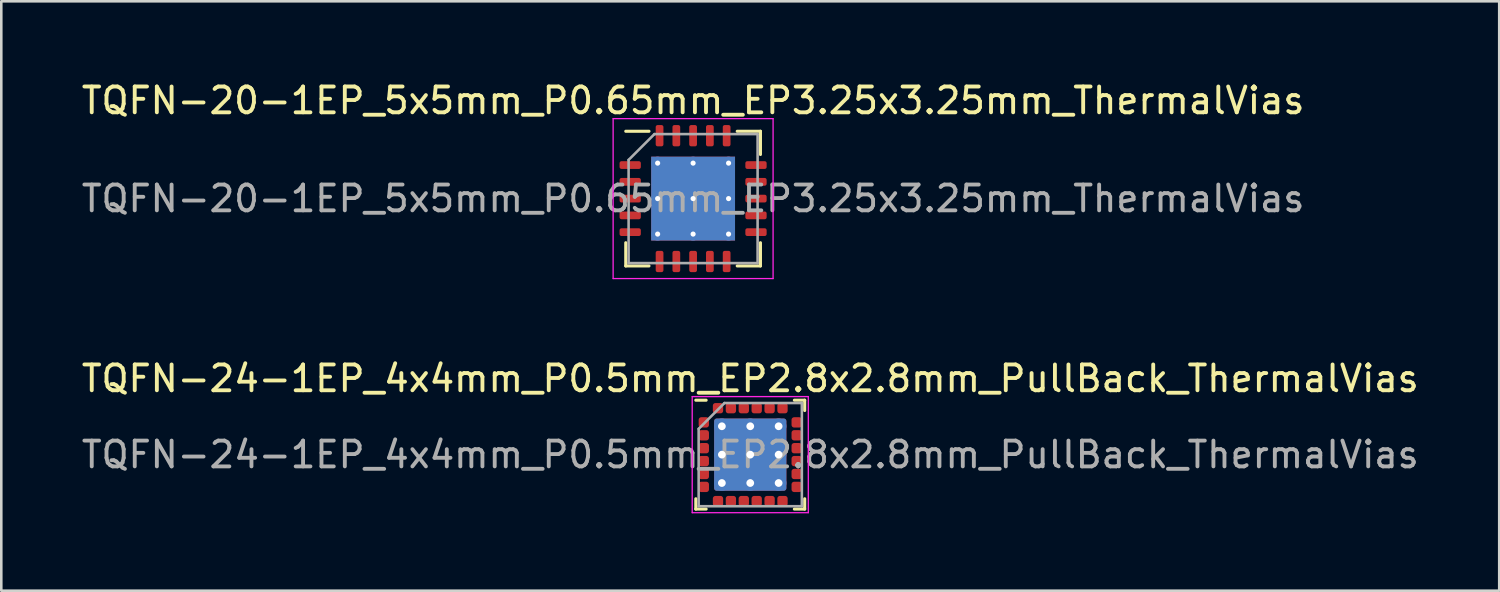
<source format=kicad_pcb>
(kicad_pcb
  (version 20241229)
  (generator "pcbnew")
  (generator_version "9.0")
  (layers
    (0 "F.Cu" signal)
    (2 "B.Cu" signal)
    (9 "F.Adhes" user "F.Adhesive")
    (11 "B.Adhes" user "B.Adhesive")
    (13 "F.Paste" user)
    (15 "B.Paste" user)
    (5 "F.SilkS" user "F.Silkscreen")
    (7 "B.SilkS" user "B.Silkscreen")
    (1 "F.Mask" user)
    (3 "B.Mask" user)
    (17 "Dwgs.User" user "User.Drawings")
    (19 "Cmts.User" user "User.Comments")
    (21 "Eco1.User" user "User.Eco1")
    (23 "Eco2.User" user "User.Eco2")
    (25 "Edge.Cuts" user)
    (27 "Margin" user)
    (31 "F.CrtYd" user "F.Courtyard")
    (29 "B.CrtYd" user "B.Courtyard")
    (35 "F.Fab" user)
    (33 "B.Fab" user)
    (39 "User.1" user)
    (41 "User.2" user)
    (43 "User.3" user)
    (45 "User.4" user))
  (footprint "TQFN-24-1EP_4x4mm_P0.5mm_EP2.8x2.8mm_PullBack_ThermalVias"
    (layer "F.Cu")
    (at 26.03 14.572)
    (property "Reference" "TQFN-24-1EP_4x4mm_P0.5mm_EP2.8x2.8mm_PullBack_ThermalVias" (at 0 -2.95 0) (layer "F.SilkS") (effects (font (size 1 1) (thickness 0.15))))
    (attr smd)
    (fp_line (start -2.11 2.11) (end -2.11 1.71) (stroke (width 0.12) (type solid)) (layer "F.SilkS"))
    (fp_line (start -1.71 -2.11) (end -2.11 -2.11) (stroke (width 0.12) (type solid)) (layer "F.SilkS"))
    (fp_line (start -1.71 2.11) (end -2.11 2.11) (stroke (width 0.12) (type solid)) (layer "F.SilkS"))
    (fp_line (start 1.71 -2.11) (end 2.11 -2.11) (stroke (width 0.12) (type solid)) (layer "F.SilkS"))
    (fp_line (start 1.71 2.11) (end 2.11 2.11) (stroke (width 0.12) (type solid)) (layer "F.SilkS"))
    (fp_line (start 2.11 -2.11) (end 2.11 -1.71) (stroke (width 0.12) (type solid)) (layer "F.SilkS"))
    (fp_line (start 2.11 2.11) (end 2.11 1.71) (stroke (width 0.12) (type solid)) (layer "F.SilkS"))
    (fp_line (start -2.25 -2.25) (end -2.25 2.25) (stroke (width 0.05) (type solid)) (layer "F.CrtYd"))
    (fp_line (start -2.25 2.25) (end 2.25 2.25) (stroke (width 0.05) (type solid)) (layer "F.CrtYd"))
    (fp_line (start 2.25 -2.25) (end -2.25 -2.25) (stroke (width 0.05) (type solid)) (layer "F.CrtYd"))
    (fp_line (start 2.25 2.25) (end 2.25 -2.25) (stroke (width 0.05) (type solid)) (layer "F.CrtYd"))
    (fp_line (start -2 -1) (end -1 -2) (stroke (width 0.1) (type solid)) (layer "F.Fab"))
    (fp_line (start -2 2) (end -2 -1) (stroke (width 0.1) (type solid)) (layer "F.Fab"))
    (fp_line (start -1 -2) (end 2 -2) (stroke (width 0.1) (type solid)) (layer "F.Fab"))
    (fp_line (start 2 -2) (end 2 2) (stroke (width 0.1) (type solid)) (layer "F.Fab"))
    (fp_line (start 2 2) (end -2 2) (stroke (width 0.1) (type solid)) (layer "F.Fab"))
    (fp_text user "${REFERENCE}" (at 0 0 0) (layer "F.Fab") (effects (font (size 1 1) (thickness 0.15))))
    (pad "" smd roundrect (at -0.7 -0.7) (size 1.13 1.13) (layers "F.Paste") (roundrect_rratio 0.221))
    (pad "" smd roundrect (at -0.7 0.7) (size 1.13 1.13) (layers "F.Paste") (roundrect_rratio 0.221))
    (pad "" smd roundrect (at 0.7 -0.7) (size 1.13 1.13) (layers "F.Paste") (roundrect_rratio 0.221))
    (pad "" smd roundrect (at 0.7 0.7) (size 1.13 1.13) (layers "F.Paste") (roundrect_rratio 0.221))
    (pad "1" smd roundrect (at -1.8 -1.25) (size 0.4 0.4) (layers "F.Cu" "F.Mask" "F.Paste") (roundrect_rratio 0.25))
    (pad "2" smd roundrect (at -1.8 -0.75) (size 0.4 0.4) (layers "F.Cu" "F.Mask" "F.Paste") (roundrect_rratio 0.25))
    (pad "3" smd roundrect (at -1.8 -0.25) (size 0.4 0.4) (layers "F.Cu" "F.Mask" "F.Paste") (roundrect_rratio 0.25))
    (pad "4" smd roundrect (at -1.8 0.25) (size 0.4 0.4) (layers "F.Cu" "F.Mask" "F.Paste") (roundrect_rratio 0.25))
    (pad "5" smd roundrect (at -1.8 0.75) (size 0.4 0.4) (layers "F.Cu" "F.Mask" "F.Paste") (roundrect_rratio 0.25))
    (pad "6" smd roundrect (at -1.8 1.25) (size 0.4 0.4) (layers "F.Cu" "F.Mask" "F.Paste") (roundrect_rratio 0.25))
    (pad "7" smd roundrect (at -1.25 1.8) (size 0.4 0.4) (layers "F.Cu" "F.Mask" "F.Paste") (roundrect_rratio 0.25))
    (pad "8" smd roundrect (at -0.75 1.8) (size 0.4 0.4) (layers "F.Cu" "F.Mask" "F.Paste") (roundrect_rratio 0.25))
    (pad "9" smd roundrect (at -0.25 1.8) (size 0.4 0.4) (layers "F.Cu" "F.Mask" "F.Paste") (roundrect_rratio 0.25))
    (pad "10" smd roundrect (at 0.25 1.8) (size 0.4 0.4) (layers "F.Cu" "F.Mask" "F.Paste") (roundrect_rratio 0.25))
    (pad "11" smd roundrect (at 0.75 1.8) (size 0.4 0.4) (layers "F.Cu" "F.Mask" "F.Paste") (roundrect_rratio 0.25))
    (pad "12" smd roundrect (at 1.25 1.8) (size 0.4 0.4) (layers "F.Cu" "F.Mask" "F.Paste") (roundrect_rratio 0.25))
    (pad "13" smd roundrect (at 1.8 1.25) (size 0.4 0.4) (layers "F.Cu" "F.Mask" "F.Paste") (roundrect_rratio 0.25))
    (pad "14" smd roundrect (at 1.8 0.75) (size 0.4 0.4) (layers "F.Cu" "F.Mask" "F.Paste") (roundrect_rratio 0.25))
    (pad "15" smd roundrect (at 1.8 0.25) (size 0.4 0.4) (layers "F.Cu" "F.Mask" "F.Paste") (roundrect_rratio 0.25))
    (pad "16" smd roundrect (at 1.8 -0.25) (size 0.4 0.4) (layers "F.Cu" "F.Mask" "F.Paste") (roundrect_rratio 0.25))
    (pad "17" smd roundrect (at 1.8 -0.75) (size 0.4 0.4) (layers "F.Cu" "F.Mask" "F.Paste") (roundrect_rratio 0.25))
    (pad "18" smd roundrect (at 1.8 -1.25) (size 0.4 0.4) (layers "F.Cu" "F.Mask" "F.Paste") (roundrect_rratio 0.25))
    (pad "19" smd roundrect (at 1.25 -1.8) (size 0.4 0.4) (layers "F.Cu" "F.Mask" "F.Paste") (roundrect_rratio 0.25))
    (pad "20" smd roundrect (at 0.75 -1.8) (size 0.4 0.4) (layers "F.Cu" "F.Mask" "F.Paste") (roundrect_rratio 0.25))
    (pad "21" smd roundrect (at 0.25 -1.8) (size 0.4 0.4) (layers "F.Cu" "F.Mask" "F.Paste") (roundrect_rratio 0.25))
    (pad "22" smd roundrect (at -0.25 -1.8) (size 0.4 0.4) (layers "F.Cu" "F.Mask" "F.Paste") (roundrect_rratio 0.25))
    (pad "23" smd roundrect (at -0.75 -1.8) (size 0.4 0.4) (layers "F.Cu" "F.Mask" "F.Paste") (roundrect_rratio 0.25))
    (pad "24" smd roundrect (at -1.25 -1.8) (size 0.4 0.4) (layers "F.Cu" "F.Mask" "F.Paste") (roundrect_rratio 0.25))
    (pad "25" thru_hole circle (at -1.1 -1.1) (size 0.6 0.6) (drill 0.3) (layers "*.Cu"))
    (pad "25" thru_hole circle (at -1.1 0) (size 0.6 0.6) (drill 0.3) (layers "*.Cu"))
    (pad "25" thru_hole circle (at -1.1 1.1) (size 0.6 0.6) (drill 0.3) (layers "*.Cu"))
    (pad "25" thru_hole circle (at 0 -1.1) (size 0.6 0.6) (drill 0.3) (layers "*.Cu"))
    (pad "25" thru_hole circle (at 0 0) (size 0.6 0.6) (drill 0.3) (layers "*.Cu"))
    (pad "25" smd roundrect (at 0 0) (size 2.8 2.8) (layers "F.Cu" "F.Mask") (roundrect_rratio 0.036))
    (pad "25" smd roundrect (at 0 0) (size 2.8 2.8) (layers "B.Cu") (roundrect_rratio 0.036))
    (pad "25" thru_hole circle (at 0 1.1) (size 0.6 0.6) (drill 0.3) (layers "*.Cu"))
    (pad "25" thru_hole circle (at 1.1 -1.1) (size 0.6 0.6) (drill 0.3) (layers "*.Cu"))
    (pad "25" thru_hole circle (at 1.1 0) (size 0.6 0.6) (drill 0.3) (layers "*.Cu"))
    (pad "25" thru_hole circle (at 1.1 1.1) (size 0.6 0.6) (drill 0.3) (layers "*.Cu")))
  (footprint "TQFN-20-1EP_5x5mm_P0.65mm_EP3.25x3.25mm_ThermalVias"
    (layer "F.Cu")
    (at 23.815 4.648)
    (property "Reference" "TQFN-20-1EP_5x5mm_P0.65mm_EP3.25x3.25mm_ThermalVias" (at 0 -3.8 0) (layer "F.SilkS") (effects (font (size 1 1) (thickness 0.15))))
    (attr smd)
    (fp_line (start -2.61 2.61) (end -2.61 1.71) (stroke (width 0.12) (type solid)) (layer "F.SilkS"))
    (fp_line (start -1.71 -2.61) (end -2.61 -2.61) (stroke (width 0.12) (type solid)) (layer "F.SilkS"))
    (fp_line (start -1.71 2.61) (end -2.61 2.61) (stroke (width 0.12) (type solid)) (layer "F.SilkS"))
    (fp_line (start 1.71 -2.61) (end 2.61 -2.61) (stroke (width 0.12) (type solid)) (layer "F.SilkS"))
    (fp_line (start 1.71 2.61) (end 2.61 2.61) (stroke (width 0.12) (type solid)) (layer "F.SilkS"))
    (fp_line (start 2.61 -2.61) (end 2.61 -1.71) (stroke (width 0.12) (type solid)) (layer "F.SilkS"))
    (fp_line (start 2.61 2.61) (end 2.61 1.71) (stroke (width 0.12) (type solid)) (layer "F.SilkS"))
    (fp_line (start -3.1 -3.1) (end -3.1 3.1) (stroke (width 0.05) (type solid)) (layer "F.CrtYd"))
    (fp_line (start -3.1 3.1) (end 3.1 3.1) (stroke (width 0.05) (type solid)) (layer "F.CrtYd"))
    (fp_line (start 3.1 -3.1) (end -3.1 -3.1) (stroke (width 0.05) (type solid)) (layer "F.CrtYd"))
    (fp_line (start 3.1 3.1) (end 3.1 -3.1) (stroke (width 0.05) (type solid)) (layer "F.CrtYd"))
    (fp_line (start -2.5 -1.5) (end -1.5 -2.5) (stroke (width 0.1) (type solid)) (layer "F.Fab"))
    (fp_line (start -2.5 2.5) (end -2.5 -1.5) (stroke (width 0.1) (type solid)) (layer "F.Fab"))
    (fp_line (start -1.5 -2.5) (end 2.5 -2.5) (stroke (width 0.1) (type solid)) (layer "F.Fab"))
    (fp_line (start 2.5 -2.5) (end 2.5 2.5) (stroke (width 0.1) (type solid)) (layer "F.Fab"))
    (fp_line (start 2.5 2.5) (end -2.5 2.5) (stroke (width 0.1) (type solid)) (layer "F.Fab"))
    (fp_text user "${REFERENCE}" (at 0 0 0) (layer "F.Fab") (effects (font (size 1 1) (thickness 0.15))))
    (pad "" smd roundrect (at -0.81 -0.81) (size 1.41 1.41) (layers "F.Paste") (roundrect_rratio 0.177))
    (pad "" smd roundrect (at -0.81 0.81) (size 1.41 1.41) (layers "F.Paste") (roundrect_rratio 0.177))
    (pad "" smd roundrect (at 0.81 -0.81) (size 1.41 1.41) (layers "F.Paste") (roundrect_rratio 0.177))
    (pad "" smd roundrect (at 0.81 0.81) (size 1.41 1.41) (layers "F.Paste") (roundrect_rratio 0.177))
    (pad "1" smd roundrect (at -2.438 -1.3) (size 0.825 0.3) (layers "F.Cu" "F.Mask" "F.Paste") (roundrect_rratio 0.25))
    (pad "2" smd roundrect (at -2.438 -0.65) (size 0.825 0.3) (layers "F.Cu" "F.Mask" "F.Paste") (roundrect_rratio 0.25))
    (pad "3" smd roundrect (at -2.438 0) (size 0.825 0.3) (layers "F.Cu" "F.Mask" "F.Paste") (roundrect_rratio 0.25))
    (pad "4" smd roundrect (at -2.438 0.65) (size 0.825 0.3) (layers "F.Cu" "F.Mask" "F.Paste") (roundrect_rratio 0.25))
    (pad "5" smd roundrect (at -2.438 1.3) (size 0.825 0.3) (layers "F.Cu" "F.Mask" "F.Paste") (roundrect_rratio 0.25))
    (pad "6" smd roundrect (at -1.3 2.438) (size 0.3 0.825) (layers "F.Cu" "F.Mask" "F.Paste") (roundrect_rratio 0.25))
    (pad "7" smd roundrect (at -0.65 2.438) (size 0.3 0.825) (layers "F.Cu" "F.Mask" "F.Paste") (roundrect_rratio 0.25))
    (pad "8" smd roundrect (at 0 2.438) (size 0.3 0.825) (layers "F.Cu" "F.Mask" "F.Paste") (roundrect_rratio 0.25))
    (pad "9" smd roundrect (at 0.65 2.438) (size 0.3 0.825) (layers "F.Cu" "F.Mask" "F.Paste") (roundrect_rratio 0.25))
    (pad "10" smd roundrect (at 1.3 2.438) (size 0.3 0.825) (layers "F.Cu" "F.Mask" "F.Paste") (roundrect_rratio 0.25))
    (pad "11" smd roundrect (at 2.438 1.3) (size 0.825 0.3) (layers "F.Cu" "F.Mask" "F.Paste") (roundrect_rratio 0.25))
    (pad "12" smd roundrect (at 2.438 0.65) (size 0.825 0.3) (layers "F.Cu" "F.Mask" "F.Paste") (roundrect_rratio 0.25))
    (pad "13" smd roundrect (at 2.438 0) (size 0.825 0.3) (layers "F.Cu" "F.Mask" "F.Paste") (roundrect_rratio 0.25))
    (pad "14" smd roundrect (at 2.438 -0.65) (size 0.825 0.3) (layers "F.Cu" "F.Mask" "F.Paste") (roundrect_rratio 0.25))
    (pad "15" smd roundrect (at 2.438 -1.3) (size 0.825 0.3) (layers "F.Cu" "F.Mask" "F.Paste") (roundrect_rratio 0.25))
    (pad "16" smd roundrect (at 1.3 -2.438) (size 0.3 0.825) (layers "F.Cu" "F.Mask" "F.Paste") (roundrect_rratio 0.25))
    (pad "17" smd roundrect (at 0.65 -2.438) (size 0.3 0.825) (layers "F.Cu" "F.Mask" "F.Paste") (roundrect_rratio 0.25))
    (pad "18" smd roundrect (at 0 -2.438) (size 0.3 0.825) (layers "F.Cu" "F.Mask" "F.Paste") (roundrect_rratio 0.25))
    (pad "19" smd roundrect (at -0.65 -2.438) (size 0.3 0.825) (layers "F.Cu" "F.Mask" "F.Paste") (roundrect_rratio 0.25))
    (pad "20" smd roundrect (at -1.3 -2.438) (size 0.3 0.825) (layers "F.Cu" "F.Mask" "F.Paste") (roundrect_rratio 0.25))
    (pad "21" thru_hole circle (at -1.375 -1.375) (size 0.5 0.5) (drill 0.2) (layers "*.Cu"))
    (pad "21" thru_hole circle (at -1.375 0) (size 0.5 0.5) (drill 0.2) (layers "*.Cu"))
    (pad "21" thru_hole circle (at -1.375 1.375) (size 0.5 0.5) (drill 0.2) (layers "*.Cu"))
    (pad "21" thru_hole circle (at 0 -1.375) (size 0.5 0.5) (drill 0.2) (layers "*.Cu"))
    (pad "21" thru_hole circle (at 0 0) (size 0.5 0.5) (drill 0.2) (layers "*.Cu"))
    (pad "21" smd rect (at 0 0) (size 3.25 3.25) (layers "F.Cu" "F.Mask"))
    (pad "21" smd rect (at 0 0) (size 3.25 3.25) (layers "B.Cu"))
    (pad "21" thru_hole circle (at 0 1.375) (size 0.5 0.5) (drill 0.2) (layers "*.Cu"))
    (pad "21" thru_hole circle (at 1.375 -1.375) (size 0.5 0.5) (drill 0.2) (layers "*.Cu"))
    (pad "21" thru_hole circle (at 1.375 0) (size 0.5 0.5) (drill 0.2) (layers "*.Cu"))
    (pad "21" thru_hole circle (at 1.375 1.375) (size 0.5 0.5) (drill 0.2) (layers "*.Cu")))
  (gr_rect
    (start -3 -3)
    (end 55.06 19.846)
    (stroke (width 0.1) (type default))
    (fill no)
    (layer "Edge.Cuts")))
</source>
